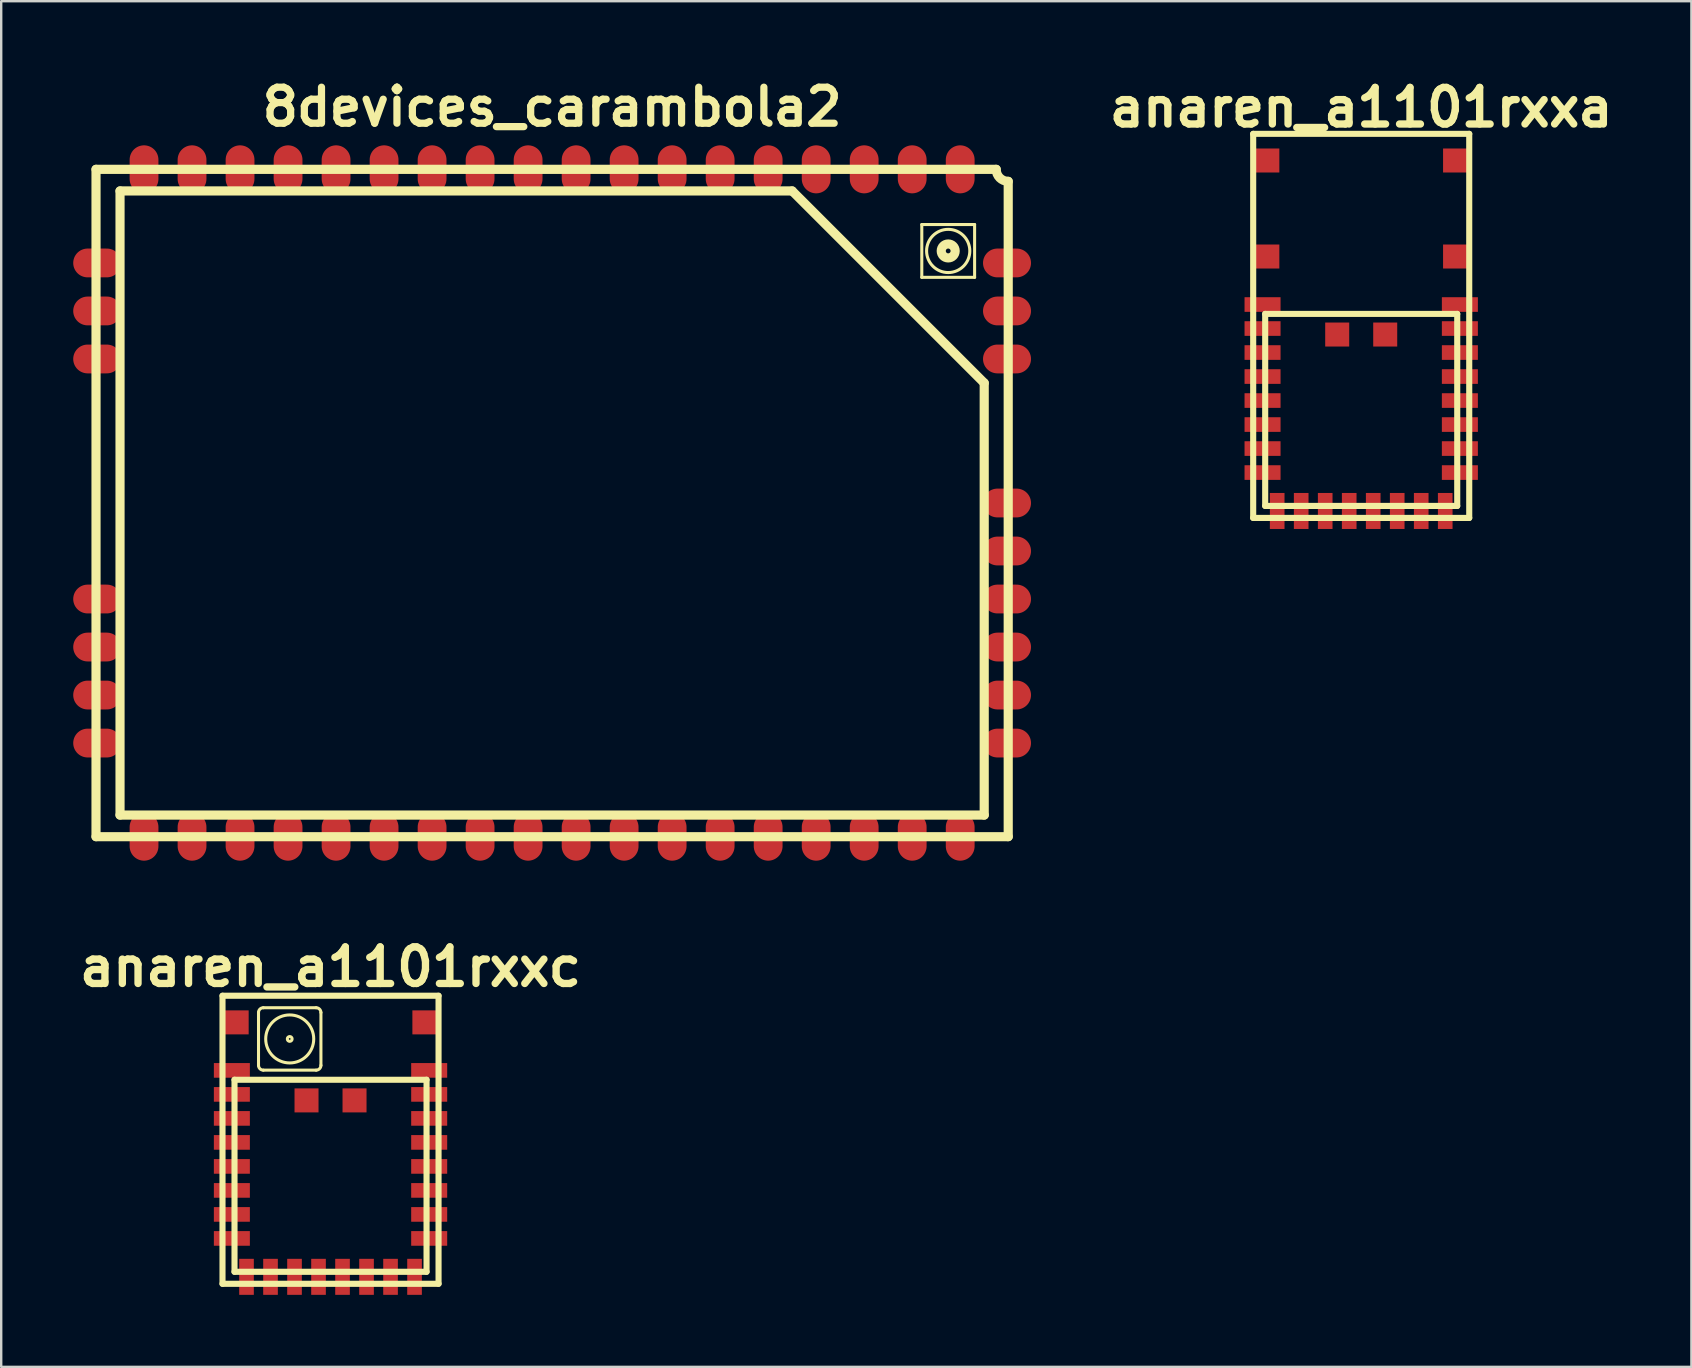
<source format=kicad_pcb>
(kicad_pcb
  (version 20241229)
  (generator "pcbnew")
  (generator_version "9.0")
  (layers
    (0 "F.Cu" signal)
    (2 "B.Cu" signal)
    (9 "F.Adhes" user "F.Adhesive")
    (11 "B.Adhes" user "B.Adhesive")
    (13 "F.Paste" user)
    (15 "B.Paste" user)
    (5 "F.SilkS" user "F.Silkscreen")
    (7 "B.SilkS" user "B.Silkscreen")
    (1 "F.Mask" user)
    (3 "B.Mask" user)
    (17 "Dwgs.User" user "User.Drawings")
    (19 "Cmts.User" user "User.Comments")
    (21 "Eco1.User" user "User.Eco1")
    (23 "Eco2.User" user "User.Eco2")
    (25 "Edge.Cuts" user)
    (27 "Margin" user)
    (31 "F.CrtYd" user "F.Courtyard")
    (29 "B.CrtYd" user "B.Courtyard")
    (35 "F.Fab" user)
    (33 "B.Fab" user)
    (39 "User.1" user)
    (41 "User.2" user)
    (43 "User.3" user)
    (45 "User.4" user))
  (footprint "anaren_a1101rxxa"
    (layer "F.Cu")
    (at 53.655 10.526)
    (property "Reference" "anaren_a1101rxxa" (at 0 -9.1 0) (layer "F.SilkS") (effects (font (size 1.524 1.524) (thickness 0.305))))
    (attr through_hole)
    (fp_line (start -4.5 -8) (end -4.5 8) (stroke (width 0.254) (type solid)) (layer "F.SilkS"))
    (fp_line (start -4.5 -8) (end 4.5 -8) (stroke (width 0.254) (type solid)) (layer "F.SilkS"))
    (fp_line (start -4.5 8) (end 4.5 8) (stroke (width 0.254) (type solid)) (layer "F.SilkS"))
    (fp_line (start -4 -0.5) (end -4 7.5) (stroke (width 0.254) (type solid)) (layer "F.SilkS"))
    (fp_line (start -4 -0.5) (end 4 -0.5) (stroke (width 0.254) (type solid)) (layer "F.SilkS"))
    (fp_line (start -4 7.5) (end 4 7.5) (stroke (width 0.254) (type solid)) (layer "F.SilkS"))
    (fp_line (start 4 -0.5) (end 4 7.5) (stroke (width 0.254) (type solid)) (layer "F.SilkS"))
    (fp_line (start 4.5 -8) (end 4.5 8) (stroke (width 0.254) (type solid)) (layer "F.SilkS"))
    (pad "" smd rect (at -3.91 -6.89) (size 1 1) (layers "F.Cu" "F.Mask" "F.Paste"))
    (pad "" smd rect (at -3.91 -2.89) (size 1 1) (layers "F.Cu" "F.Mask" "F.Paste"))
    (pad "" smd rect (at -1 0.36) (size 1 1) (layers "F.Cu" "F.Mask" "F.Paste"))
    (pad "" smd rect (at 1 0.36) (size 1 1) (layers "F.Cu" "F.Mask" "F.Paste"))
    (pad "" smd rect (at 3.91 -6.89) (size 1 1) (layers "F.Cu" "F.Mask" "F.Paste"))
    (pad "" smd rect (at 3.91 -2.89) (size 1 1) (layers "F.Cu" "F.Mask" "F.Paste"))
    (pad "1" smd rect (at -4.11 -0.89) (size 1.5 0.61) (layers "F.Cu" "F.Mask" "F.Paste"))
    (pad "2" smd rect (at -4.11 0.11) (size 1.5 0.61) (layers "F.Cu" "F.Mask" "F.Paste"))
    (pad "3" smd rect (at -4.11 1.11) (size 1.5 0.61) (layers "F.Cu" "F.Mask" "F.Paste"))
    (pad "4" smd rect (at -4.11 2.11) (size 1.5 0.61) (layers "F.Cu" "F.Mask" "F.Paste"))
    (pad "5" smd rect (at -4.11 3.11) (size 1.5 0.61) (layers "F.Cu" "F.Mask" "F.Paste"))
    (pad "6" smd rect (at -4.11 4.11) (size 1.5 0.61) (layers "F.Cu" "F.Mask" "F.Paste"))
    (pad "7" smd rect (at -4.11 5.11) (size 1.5 0.61) (layers "F.Cu" "F.Mask" "F.Paste"))
    (pad "8" smd rect (at -4.11 6.11) (size 1.5 0.61) (layers "F.Cu" "F.Mask" "F.Paste"))
    (pad "9" smd rect (at -3.5 7.71) (size 0.61 1.5) (layers "F.Cu" "F.Mask" "F.Paste"))
    (pad "10" smd rect (at -2.5 7.71) (size 0.61 1.5) (layers "F.Cu" "F.Mask" "F.Paste"))
    (pad "11" smd rect (at -1.5 7.71) (size 0.61 1.5) (layers "F.Cu" "F.Mask" "F.Paste"))
    (pad "12" smd rect (at -0.5 7.71) (size 0.61 1.5) (layers "F.Cu" "F.Mask" "F.Paste"))
    (pad "13" smd rect (at 0.5 7.71) (size 0.61 1.5) (layers "F.Cu" "F.Mask" "F.Paste"))
    (pad "14" smd rect (at 1.5 7.71) (size 0.61 1.5) (layers "F.Cu" "F.Mask" "F.Paste"))
    (pad "15" smd rect (at 2.5 7.71) (size 0.61 1.5) (layers "F.Cu" "F.Mask" "F.Paste"))
    (pad "16" smd rect (at 3.5 7.71) (size 0.61 1.5) (layers "F.Cu" "F.Mask" "F.Paste"))
    (pad "17" smd rect (at 4.11 6.11) (size 1.5 0.61) (layers "F.Cu" "F.Mask" "F.Paste"))
    (pad "18" smd rect (at 4.11 5.11) (size 1.5 0.61) (layers "F.Cu" "F.Mask" "F.Paste"))
    (pad "19" smd rect (at 4.11 4.11) (size 1.5 0.61) (layers "F.Cu" "F.Mask" "F.Paste"))
    (pad "20" smd rect (at 4.11 3.11) (size 1.5 0.61) (layers "F.Cu" "F.Mask" "F.Paste"))
    (pad "21" smd rect (at 4.11 2.11) (size 1.5 0.61) (layers "F.Cu" "F.Mask" "F.Paste"))
    (pad "22" smd rect (at 4.11 1.11) (size 1.5 0.61) (layers "F.Cu" "F.Mask" "F.Paste"))
    (pad "23" smd rect (at 4.11 0.11) (size 1.5 0.61) (layers "F.Cu" "F.Mask" "F.Paste"))
    (pad "24" smd rect (at 4.11 -0.89) (size 1.5 0.61) (layers "F.Cu" "F.Mask" "F.Paste")))
  (footprint "anaren_a1101rxxc"
    (layer "F.Cu")
    (at 10.719 44.43)
    (property "Reference" "anaren_a1101rxxc" (at 0 -7.2 0) (layer "F.SilkS") (effects (font (size 1.524 1.524) (thickness 0.305))))
    (attr through_hole)
    (fp_line (start -4.5 -6) (end -4.5 6) (stroke (width 0.254) (type solid)) (layer "F.SilkS"))
    (fp_line (start -4.5 -6) (end 4.5 -6) (stroke (width 0.254) (type solid)) (layer "F.SilkS"))
    (fp_line (start -4.5 6) (end 4.5 6) (stroke (width 0.254) (type solid)) (layer "F.SilkS"))
    (fp_line (start -4 -2.5) (end -4 5.5) (stroke (width 0.254) (type solid)) (layer "F.SilkS"))
    (fp_line (start -4 -2.5) (end 4 -2.5) (stroke (width 0.254) (type solid)) (layer "F.SilkS"))
    (fp_line (start -4 5.5) (end 4 5.5) (stroke (width 0.254) (type solid)) (layer "F.SilkS"))
    (fp_line (start -3 -3.1) (end -3 -5.3) (stroke (width 0.127) (type solid)) (layer "F.SilkS"))
    (fp_line (start -2.8 -5.5) (end -0.6 -5.5) (stroke (width 0.127) (type solid)) (layer "F.SilkS"))
    (fp_line (start -0.6 -2.9) (end -2.8 -2.9) (stroke (width 0.127) (type solid)) (layer "F.SilkS"))
    (fp_line (start -0.4 -5.3) (end -0.4 -3.1) (stroke (width 0.127) (type solid)) (layer "F.SilkS"))
    (fp_line (start 4 -2.5) (end 4 5.5) (stroke (width 0.254) (type solid)) (layer "F.SilkS"))
    (fp_line (start 4.5 -6) (end 4.5 6) (stroke (width 0.254) (type solid)) (layer "F.SilkS"))
    (fp_arc (start -3 -5.3) (mid -2.941421 -5.441421) (end -2.8 -5.5) (stroke (width 0.127) (type solid)) (layer "F.SilkS"))
    (fp_arc (start -2.8 -2.9) (mid -2.941421 -2.958579) (end -3 -3.1) (stroke (width 0.127) (type solid)) (layer "F.SilkS"))
    (fp_arc (start -0.6 -5.5) (mid -0.458579 -5.441421) (end -0.4 -5.3) (stroke (width 0.127) (type solid)) (layer "F.SilkS"))
    (fp_arc (start -0.4 -3.1) (mid -0.458579 -2.958579) (end -0.6 -2.9) (stroke (width 0.127) (type solid)) (layer "F.SilkS"))
    (fp_circle (center -1.7 -4.2) (end -2.7 -4.2) (stroke (width 0.127) (type solid)) (fill no) (layer "F.SilkS"))
    (fp_circle (center -1.7 -4.2) (end -1.8 -4.2) (stroke (width 0.127) (type solid)) (fill no) (layer "F.SilkS"))
    (pad "" smd rect (at -3.91 -4.89) (size 1 1) (layers "F.Cu" "F.Mask" "F.Paste"))
    (pad "" smd rect (at -1 -1.64) (size 1 1) (layers "F.Cu" "F.Mask" "F.Paste"))
    (pad "" smd rect (at 1 -1.64) (size 1 1) (layers "F.Cu" "F.Mask" "F.Paste"))
    (pad "" smd rect (at 3.91 -4.89) (size 1 1) (layers "F.Cu" "F.Mask" "F.Paste"))
    (pad "1" smd rect (at -4.11 -2.89) (size 1.5 0.61) (layers "F.Cu" "F.Mask" "F.Paste"))
    (pad "2" smd rect (at -4.11 -1.89) (size 1.5 0.61) (layers "F.Cu" "F.Mask" "F.Paste"))
    (pad "3" smd rect (at -4.11 -0.89) (size 1.5 0.61) (layers "F.Cu" "F.Mask" "F.Paste"))
    (pad "4" smd rect (at -4.11 0.11) (size 1.5 0.61) (layers "F.Cu" "F.Mask" "F.Paste"))
    (pad "5" smd rect (at -4.11 1.11) (size 1.5 0.61) (layers "F.Cu" "F.Mask" "F.Paste"))
    (pad "6" smd rect (at -4.11 2.11) (size 1.5 0.61) (layers "F.Cu" "F.Mask" "F.Paste"))
    (pad "7" smd rect (at -4.11 3.11) (size 1.5 0.61) (layers "F.Cu" "F.Mask" "F.Paste"))
    (pad "8" smd rect (at -4.11 4.11) (size 1.5 0.61) (layers "F.Cu" "F.Mask" "F.Paste"))
    (pad "9" smd rect (at -3.5 5.71) (size 0.61 1.5) (layers "F.Cu" "F.Mask" "F.Paste"))
    (pad "10" smd rect (at -2.5 5.71) (size 0.61 1.5) (layers "F.Cu" "F.Mask" "F.Paste"))
    (pad "11" smd rect (at -1.5 5.71) (size 0.61 1.5) (layers "F.Cu" "F.Mask" "F.Paste"))
    (pad "12" smd rect (at -0.5 5.71) (size 0.61 1.5) (layers "F.Cu" "F.Mask" "F.Paste"))
    (pad "13" smd rect (at 0.5 5.71) (size 0.61 1.5) (layers "F.Cu" "F.Mask" "F.Paste"))
    (pad "14" smd rect (at 1.5 5.71) (size 0.61 1.5) (layers "F.Cu" "F.Mask" "F.Paste"))
    (pad "15" smd rect (at 2.5 5.71) (size 0.61 1.5) (layers "F.Cu" "F.Mask" "F.Paste"))
    (pad "16" smd rect (at 3.5 5.71) (size 0.61 1.5) (layers "F.Cu" "F.Mask" "F.Paste"))
    (pad "17" smd rect (at 4.11 4.11) (size 1.5 0.61) (layers "F.Cu" "F.Mask" "F.Paste"))
    (pad "18" smd rect (at 4.11 3.11) (size 1.5 0.61) (layers "F.Cu" "F.Mask" "F.Paste"))
    (pad "19" smd rect (at 4.11 2.11) (size 1.5 0.61) (layers "F.Cu" "F.Mask" "F.Paste"))
    (pad "20" smd rect (at 4.11 1.11) (size 1.5 0.61) (layers "F.Cu" "F.Mask" "F.Paste"))
    (pad "21" smd rect (at 4.11 0.11) (size 1.5 0.61) (layers "F.Cu" "F.Mask" "F.Paste"))
    (pad "22" smd rect (at 4.11 -0.89) (size 1.5 0.61) (layers "F.Cu" "F.Mask" "F.Paste"))
    (pad "23" smd rect (at 4.11 -1.89) (size 1.5 0.61) (layers "F.Cu" "F.Mask" "F.Paste"))
    (pad "24" smd rect (at 4.11 -2.89) (size 1.5 0.61) (layers "F.Cu" "F.Mask" "F.Paste")))
  (footprint "8devices_carambola2"
    (layer "F.Cu")
    (at 19.95 17.904)
    (property "Reference" "8devices_carambola2" (at 0 -16.5 0) (layer "F.SilkS") (effects (font (size 1.5 1.5) (thickness 0.3))))
    (attr through_hole)
    (fp_line (start -19 -13.9) (end 18.5 -13.9) (stroke (width 0.381) (type solid)) (layer "F.SilkS"))
    (fp_line (start -19 13.9) (end -19 -13.9) (stroke (width 0.381) (type solid)) (layer "F.SilkS"))
    (fp_line (start -18 -13) (end 10 -13) (stroke (width 0.381) (type solid)) (layer "F.SilkS"))
    (fp_line (start -18 13) (end -18 -13) (stroke (width 0.381) (type solid)) (layer "F.SilkS"))
    (fp_line (start 10 -13) (end 18 -5) (stroke (width 0.381) (type solid)) (layer "F.SilkS"))
    (fp_line (start 15.4 -11.6) (end 17.6 -11.6) (stroke (width 0.127) (type solid)) (layer "F.SilkS"))
    (fp_line (start 15.4 -9.4) (end 15.4 -11.6) (stroke (width 0.127) (type solid)) (layer "F.SilkS"))
    (fp_line (start 17.6 -11.6) (end 17.6 -9.4) (stroke (width 0.127) (type solid)) (layer "F.SilkS"))
    (fp_line (start 17.6 -9.4) (end 15.4 -9.4) (stroke (width 0.127) (type solid)) (layer "F.SilkS"))
    (fp_line (start 18 -5) (end 18 13) (stroke (width 0.381) (type solid)) (layer "F.SilkS"))
    (fp_line (start 18 13) (end -18 13) (stroke (width 0.381) (type solid)) (layer "F.SilkS"))
    (fp_line (start 19 -13.4) (end 19 13.9) (stroke (width 0.381) (type solid)) (layer "F.SilkS"))
    (fp_line (start 19 13.9) (end -19 13.9) (stroke (width 0.381) (type solid)) (layer "F.SilkS"))
    (fp_arc (start 19 -13.4) (mid 18.646447 -13.546447) (end 18.5 -13.9) (stroke (width 0.381) (type solid)) (layer "F.SilkS"))
    (fp_circle (center 16.5 -10.5) (end 16.6 -10.5) (stroke (width 0.381) (type solid)) (fill no) (layer "F.SilkS"))
    (fp_circle (center 16.5 -10.5) (end 17.4 -10.5) (stroke (width 0.127) (type solid)) (fill no) (layer "F.SilkS"))
    (pad "1" smd oval (at -17 13.9) (size 1.2 2) (layers "F.Cu" "F.Mask" "F.Paste"))
    (pad "2" smd oval (at -15 13.9) (size 1.2 2) (layers "F.Cu" "F.Mask" "F.Paste"))
    (pad "3" smd oval (at -13 13.9) (size 1.2 2) (layers "F.Cu" "F.Mask" "F.Paste"))
    (pad "4" smd oval (at -11 13.9) (size 1.2 2) (layers "F.Cu" "F.Mask" "F.Paste"))
    (pad "5" smd oval (at -9 13.9) (size 1.2 2) (layers "F.Cu" "F.Mask" "F.Paste"))
    (pad "6" smd oval (at -7 13.9) (size 1.2 2) (layers "F.Cu" "F.Mask" "F.Paste"))
    (pad "7" smd oval (at -5 13.9) (size 1.2 2) (layers "F.Cu" "F.Mask" "F.Paste"))
    (pad "8" smd oval (at -3 13.9) (size 1.2 2) (layers "F.Cu" "F.Mask" "F.Paste"))
    (pad "9" smd oval (at -1 13.9) (size 1.2 2) (layers "F.Cu" "F.Mask" "F.Paste"))
    (pad "10" smd oval (at 1 13.9) (size 1.2 2) (layers "F.Cu" "F.Mask" "F.Paste"))
    (pad "11" smd oval (at 3 13.9) (size 1.2 2) (layers "F.Cu" "F.Mask" "F.Paste"))
    (pad "12" smd oval (at 5 13.9) (size 1.2 2) (layers "F.Cu" "F.Mask" "F.Paste"))
    (pad "13" smd oval (at 7 13.9) (size 1.2 2) (layers "F.Cu" "F.Mask" "F.Paste"))
    (pad "14" smd oval (at 9 13.9) (size 1.2 2) (layers "F.Cu" "F.Mask" "F.Paste"))
    (pad "15" smd oval (at 11 13.9) (size 1.2 2) (layers "F.Cu" "F.Mask" "F.Paste"))
    (pad "16" smd oval (at 13 13.9) (size 1.2 2) (layers "F.Cu" "F.Mask" "F.Paste"))
    (pad "17" smd oval (at 15 13.9) (size 1.2 2) (layers "F.Cu" "F.Mask" "F.Paste"))
    (pad "18" smd oval (at 17 13.9) (size 1.2 2) (layers "F.Cu" "F.Mask" "F.Paste"))
    (pad "19" smd oval (at 18.95 10) (size 2 1.2) (layers "F.Cu" "F.Mask" "F.Paste"))
    (pad "20" smd oval (at 18.95 8) (size 2 1.2) (layers "F.Cu" "F.Mask" "F.Paste"))
    (pad "21" smd oval (at 18.95 6) (size 2 1.2) (layers "F.Cu" "F.Mask" "F.Paste"))
    (pad "22" smd oval (at 18.95 4) (size 2 1.2) (layers "F.Cu" "F.Mask" "F.Paste"))
    (pad "23" smd oval (at 18.95 2) (size 2 1.2) (layers "F.Cu" "F.Mask" "F.Paste"))
    (pad "24" smd oval (at 18.95 0) (size 2 1.2) (layers "F.Cu" "F.Mask" "F.Paste"))
    (pad "25" smd oval (at 18.95 -6) (size 2 1.2) (layers "F.Cu" "F.Mask" "F.Paste"))
    (pad "26" smd oval (at 18.95 -8) (size 2 1.2) (layers "F.Cu" "F.Mask" "F.Paste"))
    (pad "27" smd oval (at 18.95 -10) (size 2 1.2) (layers "F.Cu" "F.Mask" "F.Paste"))
    (pad "28" smd oval (at 17 -13.9) (size 1.2 2) (layers "F.Cu" "F.Mask" "F.Paste"))
    (pad "29" smd oval (at 15 -13.9) (size 1.2 2) (layers "F.Cu" "F.Mask" "F.Paste"))
    (pad "30" smd oval (at 13 -13.9) (size 1.2 2) (layers "F.Cu" "F.Mask" "F.Paste"))
    (pad "31" smd oval (at 11 -13.9) (size 1.2 2) (layers "F.Cu" "F.Mask" "F.Paste"))
    (pad "32" smd oval (at 9 -13.9) (size 1.2 2) (layers "F.Cu" "F.Mask" "F.Paste"))
    (pad "33" smd oval (at 7 -13.9) (size 1.2 2) (layers "F.Cu" "F.Mask" "F.Paste"))
    (pad "34" smd oval (at 5 -13.9) (size 1.2 2) (layers "F.Cu" "F.Mask" "F.Paste"))
    (pad "35" smd oval (at 3 -13.9) (size 1.2 2) (layers "F.Cu" "F.Mask" "F.Paste"))
    (pad "36" smd oval (at 1 -13.9) (size 1.2 2) (layers "F.Cu" "F.Mask" "F.Paste"))
    (pad "37" smd oval (at -1 -13.9) (size 1.2 2) (layers "F.Cu" "F.Mask" "F.Paste"))
    (pad "38" smd oval (at -3 -13.9) (size 1.2 2) (layers "F.Cu" "F.Mask" "F.Paste"))
    (pad "39" smd oval (at -5 -13.9) (size 1.2 2) (layers "F.Cu" "F.Mask" "F.Paste"))
    (pad "40" smd oval (at -7 -13.9) (size 1.2 2) (layers "F.Cu" "F.Mask" "F.Paste"))
    (pad "41" smd oval (at -9 -13.9) (size 1.2 2) (layers "F.Cu" "F.Mask" "F.Paste"))
    (pad "42" smd oval (at -11 -13.9) (size 1.2 2) (layers "F.Cu" "F.Mask" "F.Paste"))
    (pad "43" smd oval (at -13 -13.9) (size 1.2 2) (layers "F.Cu" "F.Mask" "F.Paste"))
    (pad "44" smd oval (at -15 -13.9) (size 1.2 2) (layers "F.Cu" "F.Mask" "F.Paste"))
    (pad "45" smd oval (at -17 -13.9) (size 1.2 2) (layers "F.Cu" "F.Mask" "F.Paste"))
    (pad "46" smd oval (at -18.95 -10) (size 2 1.2) (layers "F.Cu" "F.Mask" "F.Paste"))
    (pad "47" smd oval (at -18.95 -8) (size 2 1.2) (layers "F.Cu" "F.Mask" "F.Paste"))
    (pad "48" smd oval (at -18.95 -6) (size 2 1.2) (layers "F.Cu" "F.Mask" "F.Paste"))
    (pad "49" smd oval (at -18.95 4) (size 2 1.2) (layers "F.Cu" "F.Mask" "F.Paste"))
    (pad "50" smd oval (at -18.95 6) (size 2 1.2) (layers "F.Cu" "F.Mask" "F.Paste"))
    (pad "51" smd oval (at -18.95 8) (size 2 1.2) (layers "F.Cu" "F.Mask" "F.Paste"))
    (pad "52" smd oval (at -18.95 10) (size 2 1.2) (layers "F.Cu" "F.Mask" "F.Paste")))
  (gr_rect
    (start -3 -3)
    (end 67.41 53.89)
    (stroke (width 0.1) (type default))
    (fill no)
    (layer "Edge.Cuts")))
</source>
